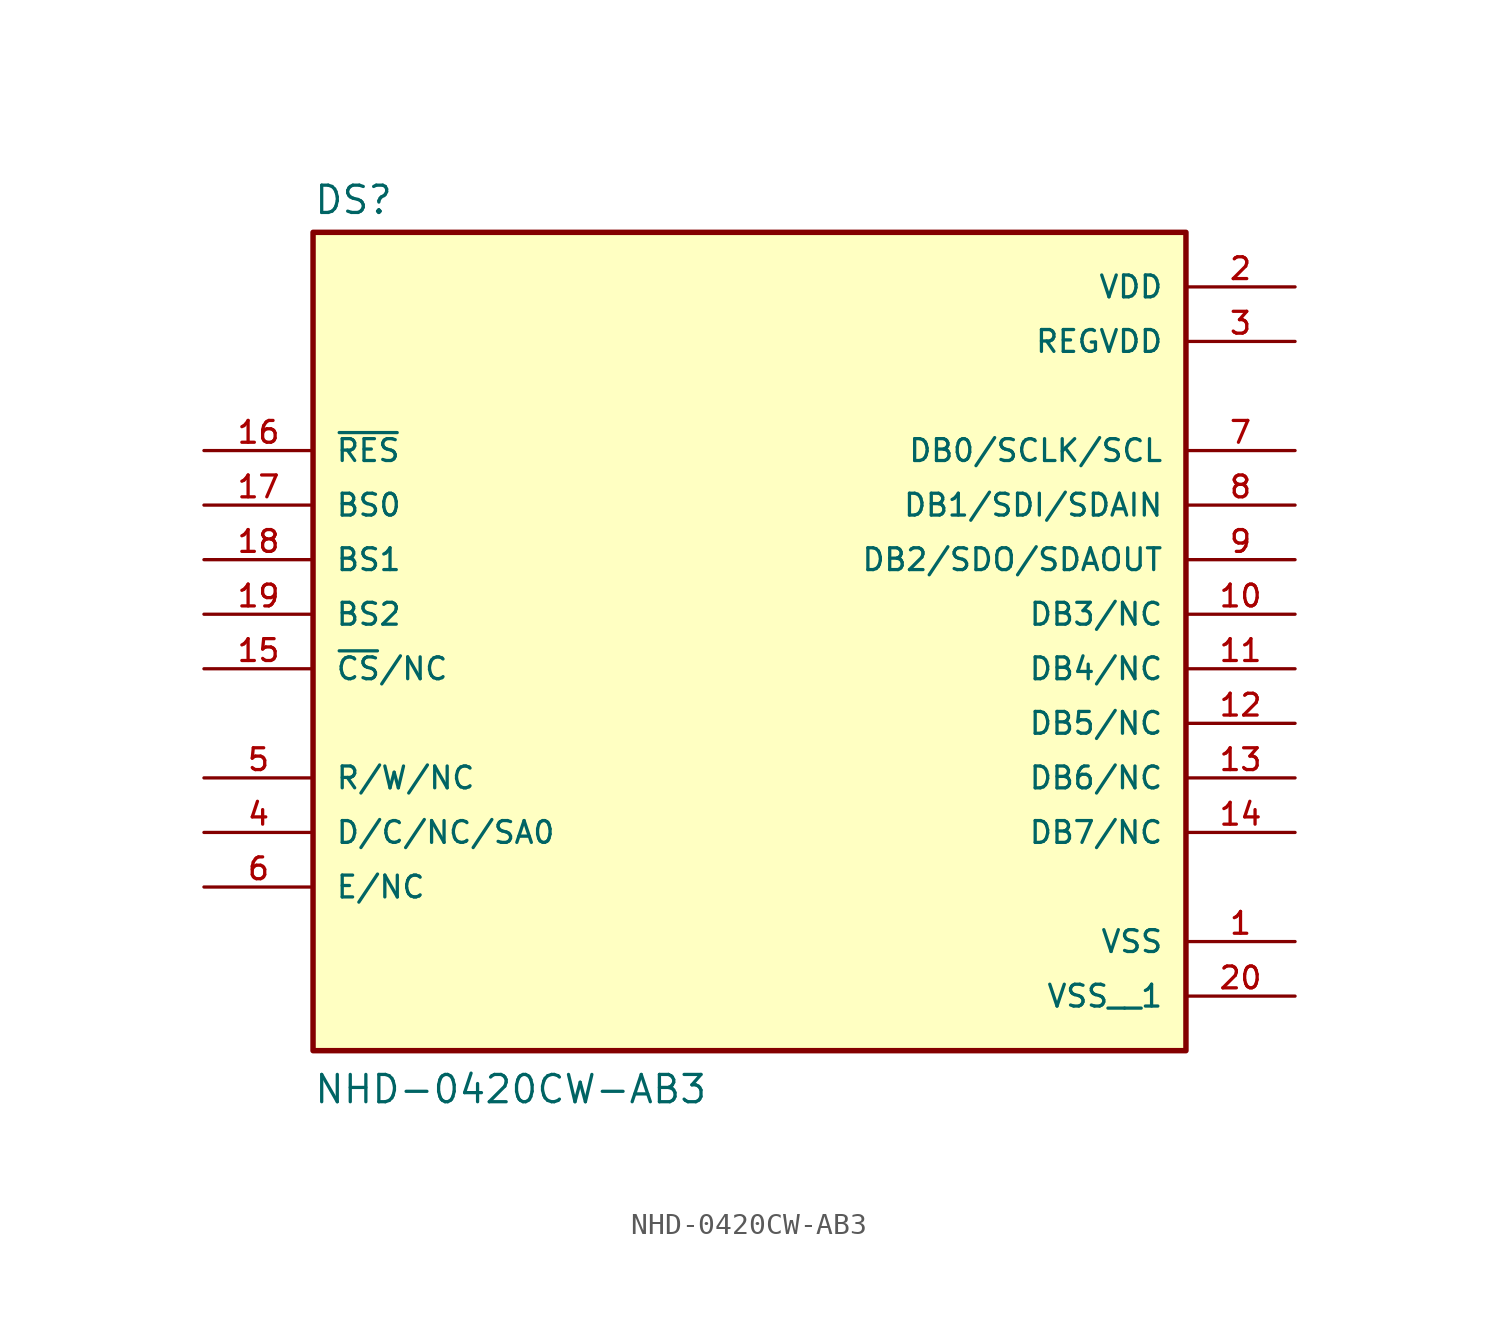
<source format=kicad_sym>
(kicad_symbol_lib
  (version 20211014)
  (generator kicad_symbol_editor)
  (symbol "NHD-0420CW-AB3"
    (pin_names
      (offset 1.016))
    (property "Reference" "DS"
      (at -20.32 18.542 0)
      (effects (font (size 1.27 1.27)) (justify bottom left)))
    (property "Value" "NHD-0420CW-AB3"
      (at -20.32 -22.86 0)
      (effects (font (size 1.27 1.27)) (justify bottom left)))
    (symbol "NHD-0420CW-AB3_0_0"
      (rectangle (start -20.32 -20.32) (end 20.32 17.78) (stroke (width 0.254)) (fill (type background)))
      (pin power_in line (at 25.4 15.24 180.0) (length 5.08) (name "VDD" (effects (font (size 1.016 1.016)))) (number "2" (effects (font (size 1.016 1.016)))))
      (pin power_in line (at 25.4 -15.24 180.0) (length 5.08) (name "VSS" (effects (font (size 1.016 1.016)))) (number "1" (effects (font (size 1.016 1.016)))))
      (pin input line (at -25.4 5.08 0) (length 5.08) (name "BS0" (effects (font (size 1.016 1.016)))) (number "17" (effects (font (size 1.016 1.016)))))
      (pin power_in line (at 25.4 12.7 180.0) (length 5.08) (name "REGVDD" (effects (font (size 1.016 1.016)))) (number "3" (effects (font (size 1.016 1.016)))))
      (pin input line (at -25.4 7.62 0) (length 5.08) (name "~{RES}" (effects (font (size 1.016 1.016)))) (number "16" (effects (font (size 1.016 1.016)))))
      (pin bidirectional line (at -25.4 -10.16 0) (length 5.08) (name "D/C/NC/SA0" (effects (font (size 1.016 1.016)))) (number "4" (effects (font (size 1.016 1.016)))))
      (pin bidirectional line (at -25.4 -12.7 0) (length 5.08) (name "E/NC" (effects (font (size 1.016 1.016)))) (number "6" (effects (font (size 1.016 1.016)))))
      (pin bidirectional line (at 25.4 7.62 180.0) (length 5.08) (name "DB0/SCLK/SCL" (effects (font (size 1.016 1.016)))) (number "7" (effects (font (size 1.016 1.016)))))
      (pin passive line (at -25.4 -2.54 0) (length 5.08) (name "~{CS}/NC" (effects (font (size 1.016 1.016)))) (number "15" (effects (font (size 1.016 1.016)))))
      (pin bidirectional line (at -25.4 -7.62 0) (length 5.08) (name "R/W/NC" (effects (font (size 1.016 1.016)))) (number "5" (effects (font (size 1.016 1.016)))))
      (pin bidirectional line (at 25.4 5.08 180.0) (length 5.08) (name "DB1/SDI/SDAIN" (effects (font (size 1.016 1.016)))) (number "8" (effects (font (size 1.016 1.016)))))
      (pin bidirectional line (at 25.4 2.54 180.0) (length 5.08) (name "DB2/SDO/SDAOUT" (effects (font (size 1.016 1.016)))) (number "9" (effects (font (size 1.016 1.016)))))
      (pin bidirectional line (at 25.4 0.0 180.0) (length 5.08) (name "DB3/NC" (effects (font (size 1.016 1.016)))) (number "10" (effects (font (size 1.016 1.016)))))
      (pin bidirectional line (at 25.4 -2.54 180.0) (length 5.08) (name "DB4/NC" (effects (font (size 1.016 1.016)))) (number "11" (effects (font (size 1.016 1.016)))))
      (pin bidirectional line (at 25.4 -5.08 180.0) (length 5.08) (name "DB5/NC" (effects (font (size 1.016 1.016)))) (number "12" (effects (font (size 1.016 1.016)))))
      (pin bidirectional line (at 25.4 -7.62 180.0) (length 5.08) (name "DB6/NC" (effects (font (size 1.016 1.016)))) (number "13" (effects (font (size 1.016 1.016)))))
      (pin bidirectional line (at 25.4 -10.16 180.0) (length 5.08) (name "DB7/NC" (effects (font (size 1.016 1.016)))) (number "14" (effects (font (size 1.016 1.016)))))
      (pin input line (at -25.4 2.54 0) (length 5.08) (name "BS1" (effects (font (size 1.016 1.016)))) (number "18" (effects (font (size 1.016 1.016)))))
      (pin input line (at -25.4 0.0 0) (length 5.08) (name "BS2" (effects (font (size 1.016 1.016)))) (number "19" (effects (font (size 1.016 1.016)))))
      (pin power_in line (at 25.4 -17.78 180.0) (length 5.08) (name "VSS__1" (effects (font (size 1.016 1.016)))) (number "20" (effects (font (size 1.016 1.016))))))))
</source>
